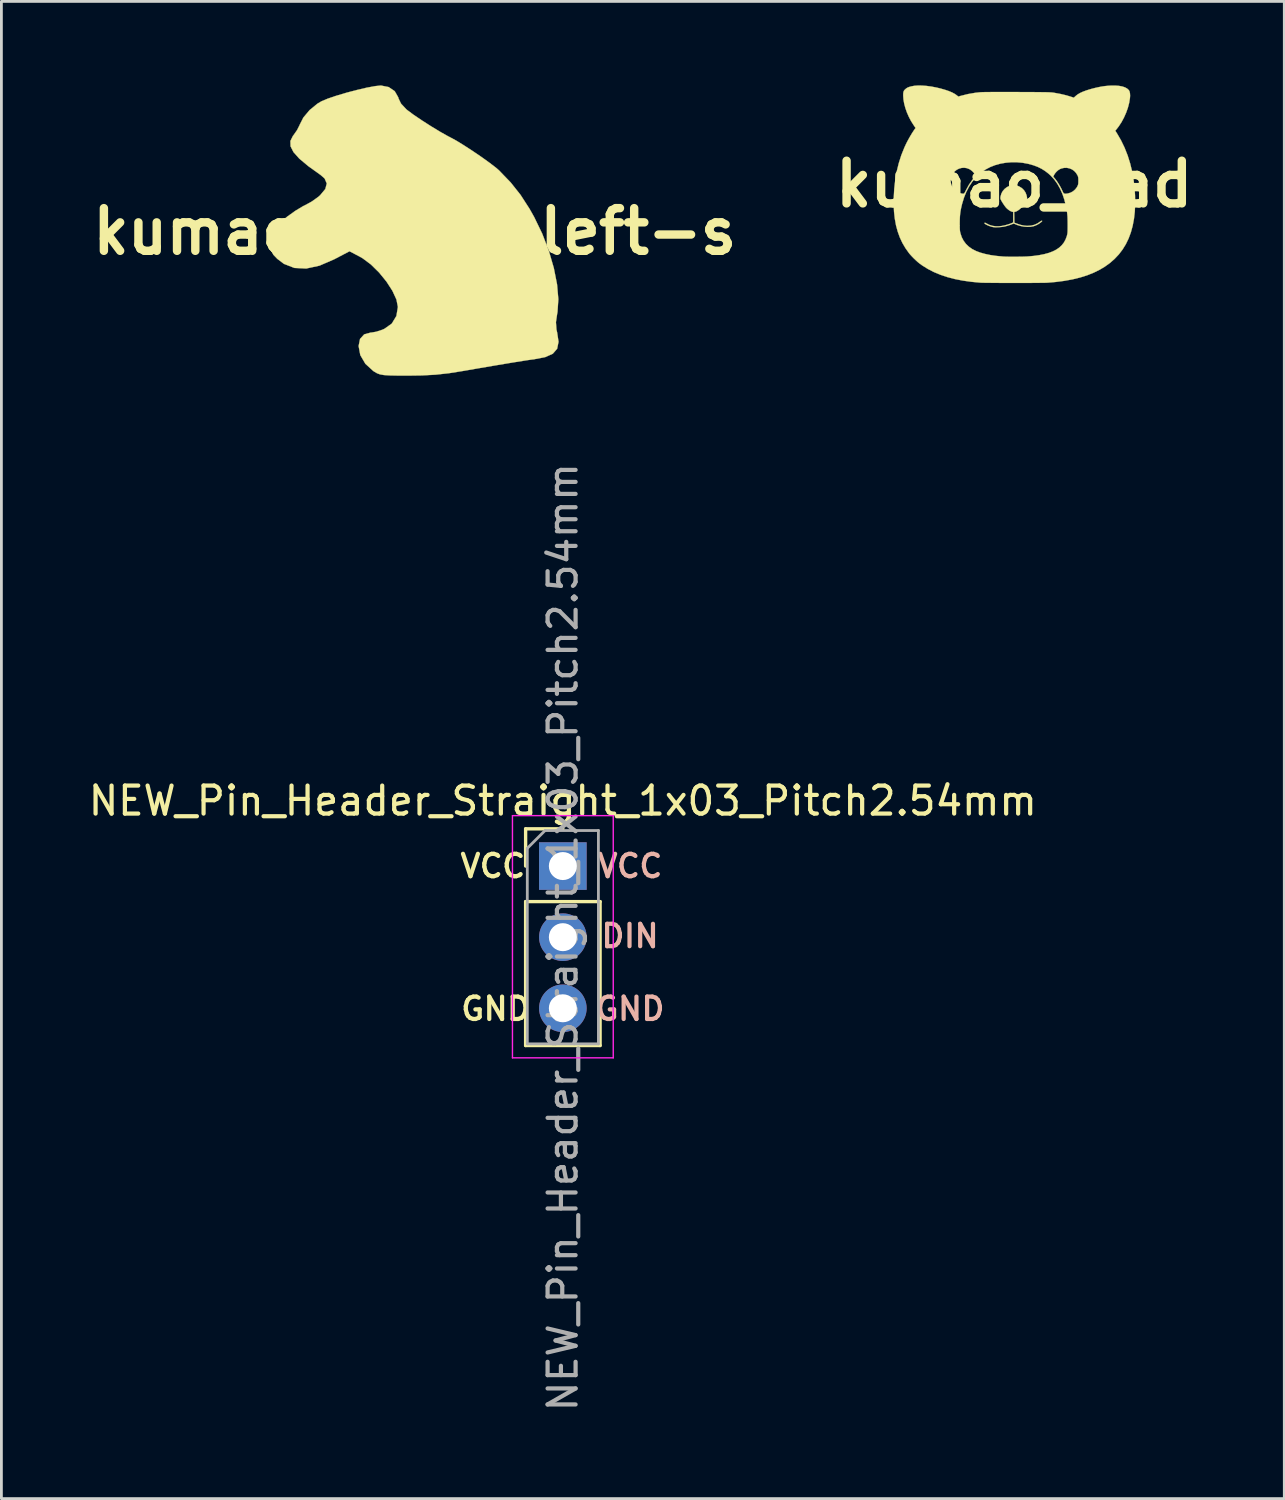
<source format=kicad_pcb>
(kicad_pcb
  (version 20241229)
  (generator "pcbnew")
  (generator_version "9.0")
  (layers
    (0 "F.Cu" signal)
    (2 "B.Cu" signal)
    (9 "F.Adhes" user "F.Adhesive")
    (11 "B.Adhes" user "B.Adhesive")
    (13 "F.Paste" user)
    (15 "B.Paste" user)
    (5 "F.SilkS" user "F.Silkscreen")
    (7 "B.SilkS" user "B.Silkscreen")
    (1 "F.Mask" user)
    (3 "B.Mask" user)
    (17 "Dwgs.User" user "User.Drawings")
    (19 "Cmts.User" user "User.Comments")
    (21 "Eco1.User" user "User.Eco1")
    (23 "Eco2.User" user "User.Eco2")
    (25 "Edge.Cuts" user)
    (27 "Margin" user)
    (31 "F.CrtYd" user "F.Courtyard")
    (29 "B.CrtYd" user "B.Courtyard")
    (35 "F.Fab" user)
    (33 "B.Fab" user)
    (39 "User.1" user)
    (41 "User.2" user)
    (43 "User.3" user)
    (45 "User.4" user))
  (footprint "kumao-icon-left-s"
    (layer "F.Cu")
    (at 11.764 5.219)
    (property "Reference" "kumao-icon-left-s" (at 0 0 0) (layer "F.SilkS") (effects (font (size 1.524 1.524) (thickness 0.3))))
    (attr through_hole)
    (fp_poly (pts (xy -0.931 -5.159) (xy -0.715 -5.012) (xy -0.589 -4.792) (xy -0.58 -4.753) (xy -0.489 -4.566) (xy -0.303 -4.367) (xy -0.266 -4.336) (xy -0.043 -4.17) (xy 0.256 -3.968) (xy 0.589 -3.755) (xy 0.914 -3.558) (xy 1.188 -3.404) (xy 1.27 -3.362) (xy 1.485 -3.245) (xy 1.765 -3.073) (xy 2.08 -2.868) (xy 2.397 -2.652) (xy 2.683 -2.446) (xy 2.908 -2.273) (xy 3.008 -2.186) (xy 3.429 -1.749) (xy 3.78 -1.307) (xy 4.101 -0.809) (xy 4.266 -0.516) (xy 4.554 0.079) (xy 4.79 0.694) (xy 4.968 1.306) (xy 5.083 1.889) (xy 5.129 2.419) (xy 5.099 2.873) (xy 5.086 2.944) (xy 5.043 3.239) (xy 5.061 3.497) (xy 5.087 3.613) (xy 5.136 3.939) (xy 5.086 4.187) (xy 4.93 4.366) (xy 4.661 4.486) (xy 4.362 4.546) (xy 3.994 4.6) (xy 3.506 4.678) (xy 2.895 4.78) (xy 2.157 4.906) (xy 1.745 4.978) (xy 1.218 5.062) (xy 0.745 5.114) (xy 0.261 5.14) (xy -0.228 5.147) (xy -0.619 5.146) (xy -0.901 5.14) (xy -1.1 5.127) (xy -1.239 5.103) (xy -1.345 5.064) (xy -1.442 5.008) (xy -1.482 4.982) (xy -1.765 4.723) (xy -1.945 4.414) (xy -2.005 4.09) (xy -1.954 3.837) (xy -1.806 3.674) (xy -1.569 3.609) (xy -1.539 3.608) (xy -1.375 3.58) (xy -1.162 3.51) (xy -1.084 3.476) (xy -0.82 3.289) (xy -0.656 3.018) (xy -0.602 2.694) (xy -0.654 2.429) (xy -0.797 2.119) (xy -1.01 1.789) (xy -1.273 1.466) (xy -1.564 1.179) (xy -1.864 0.955) (xy -1.964 0.898) (xy -2.33 0.706) (xy -2.881 0.994) (xy -3.404 1.22) (xy -3.877 1.322) (xy -4.3 1.301) (xy -4.672 1.156) (xy -4.91 0.976) (xy -5.051 0.829) (xy -5.121 0.696) (xy -5.144 0.518) (xy -5.145 0.393) (xy -5.115 0.085) (xy -5.028 -0.104) (xy -4.828 -0.306) (xy -4.556 -0.531) (xy -4.261 -0.742) (xy -3.993 -0.903) (xy -3.919 -0.939) (xy -3.675 -1.073) (xy -3.437 -1.244) (xy -3.378 -1.297) (xy -3.195 -1.517) (xy -3.142 -1.715) (xy -3.219 -1.894) (xy -3.365 -2.021) (xy -3.802 -2.334) (xy -4.123 -2.603) (xy -4.332 -2.837) (xy -4.436 -3.044) (xy -4.441 -3.234) (xy -4.352 -3.414) (xy -4.325 -3.448) (xy -4.201 -3.626) (xy -4.115 -3.797) (xy -4.111 -3.81) (xy -3.977 -4.073) (xy -3.754 -4.338) (xy -3.48 -4.563) (xy -3.334 -4.65) (xy -3.111 -4.744) (xy -2.802 -4.849) (xy -2.442 -4.956) (xy -2.067 -5.055) (xy -1.712 -5.138) (xy -1.413 -5.193) (xy -1.208 -5.214) (xy -0.931 -5.159)) (stroke (width 0.01) (type solid)) (fill yes) (layer "F.SilkS")))
  (footprint "NEW_Pin_Header_Straight_1x03_Pitch2.54mm"
    (layer "F.Cu")
    (at 17.054 27.884)
    (property "Reference" "NEW_Pin_Header_Straight_1x03_Pitch2.54mm" (at 0 -2.33 0) (layer "F.SilkS") (effects (font (size 1 1) (thickness 0.15))))
    (attr through_hole)
    (fp_line (start -1.33 -1.33) (end 0 -1.33) (stroke (width 0.12) (type solid)) (layer "F.SilkS"))
    (fp_line (start -1.33 0) (end -1.33 -1.33) (stroke (width 0.12) (type solid)) (layer "F.SilkS"))
    (fp_line (start -1.33 1.27) (end -1.33 6.41) (stroke (width 0.12) (type solid)) (layer "F.SilkS"))
    (fp_line (start -1.33 1.27) (end 1.33 1.27) (stroke (width 0.12) (type solid)) (layer "F.SilkS"))
    (fp_line (start -1.33 6.41) (end 1.33 6.41) (stroke (width 0.12) (type solid)) (layer "F.SilkS"))
    (fp_line (start 1.33 1.27) (end 1.33 6.41) (stroke (width 0.12) (type solid)) (layer "F.SilkS"))
    (fp_line (start -1.8 -1.8) (end -1.8 6.85) (stroke (width 0.05) (type solid)) (layer "F.CrtYd"))
    (fp_line (start -1.8 6.85) (end 1.8 6.85) (stroke (width 0.05) (type solid)) (layer "F.CrtYd"))
    (fp_line (start 1.8 -1.8) (end -1.8 -1.8) (stroke (width 0.05) (type solid)) (layer "F.CrtYd"))
    (fp_line (start 1.8 6.85) (end 1.8 -1.8) (stroke (width 0.05) (type solid)) (layer "F.CrtYd"))
    (fp_line (start -1.27 -0.635) (end -0.635 -1.27) (stroke (width 0.1) (type solid)) (layer "F.Fab"))
    (fp_line (start -1.27 6.35) (end -1.27 -0.635) (stroke (width 0.1) (type solid)) (layer "F.Fab"))
    (fp_line (start -0.635 -1.27) (end 1.27 -1.27) (stroke (width 0.1) (type solid)) (layer "F.Fab"))
    (fp_line (start 1.27 -1.27) (end 1.27 6.35) (stroke (width 0.1) (type solid)) (layer "F.Fab"))
    (fp_line (start 1.27 6.35) (end -1.27 6.35) (stroke (width 0.1) (type solid)) (layer "F.Fab"))
    (fp_text user "VCC" (at -2.5 0 0) (layer "F.SilkS") (effects (font (size 0.8 0.8) (thickness 0.15))))
    (fp_text user "GND" (at -2.4 5.1 0) (layer "F.SilkS") (effects (font (size 0.8 0.8) (thickness 0.15))))
    (fp_text user "GND" (at 2.4 5.1 0) (layer "B.SilkS") (effects (font (size 0.8 0.8) (thickness 0.15))))
    (fp_text user "DIN" (at 2.4 2.5 0) (layer "B.SilkS") (effects (font (size 0.8 0.8) (thickness 0.15))))
    (fp_text user "VCC" (at 2.4 0 0) (layer "B.SilkS") (effects (font (size 0.8 0.8) (thickness 0.15))))
    (fp_text user "${REFERENCE}" (at 0 2.54 90) (layer "F.Fab") (effects (font (size 1 1) (thickness 0.15))))
    (pad "1" thru_hole rect (at 0 0) (size 1.7 1.7) (drill 1) (layers "*.Cu" "*.Mask"))
    (pad "2" thru_hole oval (at 0 2.54) (size 1.7 1.7) (drill 1) (layers "*.Cu" "*.Mask"))
    (pad "3" thru_hole oval (at 0 5.08) (size 1.7 1.7) (drill 1) (layers "*.Cu" "*.Mask")))
  (footprint "kumao_pad"
    (layer "F.Cu")
    (at 33.175 3.525)
    (property "Reference" "kumao_pad" (at 0 0 0) (layer "F.SilkS") (effects (font (size 1.524 1.524) (thickness 0.3))))
    (attr through_hole)
    (fp_poly (pts (xy 0.04 0.052) (xy 0.081 0.054) (xy 0.112 0.059) (xy 0.141 0.069) (xy 0.174 0.083) (xy 0.187 0.09) (xy 0.277 0.146) (xy 0.35 0.219) (xy 0.406 0.305) (xy 0.443 0.404) (xy 0.451 0.441) (xy 0.458 0.482) (xy 0.459 0.511) (xy 0.453 0.536) (xy 0.439 0.566) (xy 0.405 0.626) (xy 0.363 0.694) (xy 0.317 0.762) (xy 0.274 0.82) (xy 0.262 0.834) (xy 0.22 0.877) (xy 0.17 0.918) (xy 0.117 0.954) (xy 0.069 0.979) (xy 0.039 0.988) (xy -0.001 0.996) (xy 0.003 1.188) (xy 0.006 1.38) (xy 0.107 1.417) (xy 0.228 1.457) (xy 0.34 1.481) (xy 0.45 1.492) (xy 0.479 1.492) (xy 0.608 1.483) (xy 0.725 1.454) (xy 0.833 1.405) (xy 0.91 1.352) (xy 0.952 1.322) (xy 0.981 1.31) (xy 0.991 1.31) (xy 0.999 1.317) (xy 0.994 1.33) (xy 0.973 1.35) (xy 0.958 1.363) (xy 0.892 1.412) (xy 0.813 1.457) (xy 0.729 1.493) (xy 0.68 1.508) (xy 0.581 1.525) (xy 0.47 1.528) (xy 0.351 1.519) (xy 0.232 1.497) (xy 0.116 1.463) (xy 0.066 1.443) (xy -0.016 1.409) (xy -0.125 1.45) (xy -0.187 1.472) (xy -0.254 1.492) (xy -0.317 1.509) (xy -0.334 1.514) (xy -0.399 1.525) (xy -0.475 1.534) (xy -0.556 1.54) (xy -0.635 1.542) (xy -0.704 1.541) (xy -0.758 1.535) (xy -0.758 1.535) (xy -0.809 1.523) (xy -0.865 1.505) (xy -0.921 1.484) (xy -0.973 1.461) (xy -1.017 1.438) (xy -1.048 1.417) (xy -1.062 1.4) (xy -1.062 1.398) (xy -1.055 1.382) (xy -1.032 1.384) (xy -0.994 1.403) (xy -0.986 1.408) (xy -0.889 1.457) (xy -0.778 1.491) (xy -0.66 1.508) (xy -0.538 1.508) (xy -0.535 1.507) (xy -0.444 1.496) (xy -0.343 1.476) (xy -0.242 1.449) (xy -0.15 1.419) (xy -0.12 1.407) (xy -0.035 1.372) (xy -0.035 0.995) (xy -0.074 0.988) (xy -0.116 0.973) (xy -0.166 0.945) (xy -0.218 0.908) (xy -0.267 0.866) (xy -0.297 0.834) (xy -0.338 0.781) (xy -0.383 0.716) (xy -0.427 0.647) (xy -0.464 0.584) (xy -0.473 0.566) (xy -0.487 0.535) (xy -0.493 0.509) (xy -0.492 0.477) (xy -0.487 0.444) (xy -0.459 0.343) (xy -0.411 0.253) (xy -0.345 0.175) (xy -0.263 0.112) (xy -0.223 0.09) (xy -0.187 0.073) (xy -0.158 0.062) (xy -0.128 0.056) (xy -0.091 0.053) (xy -0.041 0.052) (xy -0.017 0.052) (xy 0.04 0.052)) (stroke (width 0.01) (type solid)) (fill yes) (layer "F.SilkS"))
    (fp_poly (pts (xy -3.29 -3.518) (xy -3.13 -3.506) (xy -2.959 -3.483) (xy -2.78 -3.449) (xy -2.626 -3.412) (xy -2.469 -3.367) (xy -2.334 -3.321) (xy -2.219 -3.273) (xy -2.124 -3.222) (xy -2.056 -3.175) (xy -1.995 -3.126) (xy -1.912 -3.15) (xy -1.653 -3.215) (xy -1.392 -3.26) (xy -1.218 -3.279) (xy -1.177 -3.282) (xy -1.115 -3.284) (xy -1.033 -3.286) (xy -0.93 -3.287) (xy -0.806 -3.288) (xy -0.66 -3.289) (xy -0.492 -3.289) (xy -0.302 -3.289) (xy -0.089 -3.288) (xy 0.11 -3.288) (xy 0.301 -3.287) (xy 0.471 -3.286) (xy 0.62 -3.286) (xy 0.751 -3.285) (xy 0.865 -3.284) (xy 0.964 -3.283) (xy 1.048 -3.282) (xy 1.12 -3.281) (xy 1.18 -3.28) (xy 1.231 -3.278) (xy 1.274 -3.276) (xy 1.31 -3.274) (xy 1.341 -3.272) (xy 1.368 -3.269) (xy 1.393 -3.266) (xy 1.418 -3.262) (xy 1.438 -3.259) (xy 1.659 -3.218) (xy 1.86 -3.17) (xy 1.994 -3.13) (xy 2.13 -3.086) (xy 2.194 -3.145) (xy 2.263 -3.2) (xy 2.349 -3.251) (xy 2.453 -3.299) (xy 2.577 -3.345) (xy 2.721 -3.39) (xy 2.864 -3.428) (xy 3 -3.459) (xy 3.122 -3.483) (xy 3.237 -3.5) (xy 3.355 -3.511) (xy 3.458 -3.517) (xy 3.608 -3.518) (xy 3.742 -3.508) (xy 3.858 -3.487) (xy 3.955 -3.455) (xy 4.033 -3.413) (xy 4.092 -3.359) (xy 4.1 -3.348) (xy 4.123 -3.301) (xy 4.136 -3.235) (xy 4.14 -3.153) (xy 4.134 -3.068) (xy 4.106 -2.899) (xy 4.06 -2.723) (xy 3.997 -2.547) (xy 3.92 -2.374) (xy 3.831 -2.209) (xy 3.731 -2.057) (xy 3.678 -1.988) (xy 3.611 -1.905) (xy 3.669 -1.816) (xy 3.814 -1.566) (xy 3.942 -1.302) (xy 4.052 -1.024) (xy 4.143 -0.734) (xy 4.216 -0.432) (xy 4.27 -0.118) (xy 4.305 0.207) (xy 4.317 0.409) (xy 4.321 0.703) (xy 4.308 0.982) (xy 4.278 1.245) (xy 4.231 1.493) (xy 4.167 1.726) (xy 4.086 1.944) (xy 3.987 2.148) (xy 3.871 2.337) (xy 3.737 2.512) (xy 3.585 2.673) (xy 3.416 2.821) (xy 3.229 2.955) (xy 3.046 3.063) (xy 2.834 3.167) (xy 2.603 3.259) (xy 2.353 3.337) (xy 2.083 3.403) (xy 1.794 3.456) (xy 1.486 3.496) (xy 1.201 3.521) (xy 1.162 3.523) (xy 1.103 3.525) (xy 1.025 3.526) (xy 0.93 3.527) (xy 0.821 3.528) (xy 0.699 3.529) (xy 0.567 3.53) (xy 0.426 3.53) (xy 0.28 3.531) (xy 0.129 3.531) (xy -0.023 3.531) (xy -0.176 3.531) (xy -0.325 3.53) (xy -0.471 3.53) (xy -0.61 3.529) (xy -0.74 3.528) (xy -0.859 3.527) (xy -0.965 3.526) (xy -1.056 3.525) (xy -1.13 3.523) (xy -1.184 3.522) (xy -1.212 3.52) (xy -1.534 3.49) (xy -1.838 3.447) (xy -2.123 3.391) (xy -2.39 3.321) (xy -2.64 3.237) (xy -2.873 3.14) (xy -3.089 3.028) (xy -3.289 2.903) (xy -3.389 2.83) (xy -3.449 2.781) (xy -3.518 2.718) (xy -3.59 2.649) (xy -3.659 2.578) (xy -3.72 2.511) (xy -3.758 2.465) (xy -3.884 2.288) (xy -3.994 2.101) (xy -4.086 1.904) (xy -4.161 1.695) (xy -4.221 1.474) (xy -4.234 1.403) (xy -1.945 1.403) (xy -1.945 1.489) (xy -1.944 1.557) (xy -1.942 1.609) (xy -1.939 1.652) (xy -1.935 1.688) (xy -1.928 1.723) (xy -1.919 1.76) (xy -1.919 1.761) (xy -1.873 1.899) (xy -1.807 2.025) (xy -1.723 2.137) (xy -1.62 2.236) (xy -1.499 2.321) (xy -1.363 2.391) (xy -1.214 2.447) (xy -1.044 2.494) (xy -0.856 2.534) (xy -0.652 2.564) (xy -0.432 2.585) (xy -0.369 2.59) (xy -0.311 2.592) (xy -0.234 2.594) (xy -0.144 2.595) (xy -0.044 2.595) (xy 0.06 2.595) (xy 0.164 2.594) (xy 0.263 2.593) (xy 0.352 2.591) (xy 0.427 2.588) (xy 0.475 2.586) (xy 0.697 2.566) (xy 0.898 2.538) (xy 1.078 2.502) (xy 1.238 2.458) (xy 1.38 2.404) (xy 1.504 2.341) (xy 1.61 2.268) (xy 1.7 2.184) (xy 1.774 2.09) (xy 1.832 1.985) (xy 1.877 1.868) (xy 1.884 1.841) (xy 1.892 1.811) (xy 1.898 1.781) (xy 1.903 1.75) (xy 1.906 1.712) (xy 1.908 1.665) (xy 1.909 1.604) (xy 1.91 1.527) (xy 1.91 1.455) (xy 1.909 1.339) (xy 1.907 1.243) (xy 1.904 1.161) (xy 1.898 1.09) (xy 1.891 1.026) (xy 1.89 1.016) (xy 1.848 0.779) (xy 1.792 0.558) (xy 1.723 0.352) (xy 1.639 0.163) (xy 1.541 -0.01) (xy 1.431 -0.164) (xy 1.34 -0.264) (xy 1.394 -0.264) (xy 1.429 -0.227) (xy 1.477 -0.17) (xy 1.53 -0.097) (xy 1.584 -0.014) (xy 1.636 0.074) (xy 1.683 0.161) (xy 1.721 0.242) (xy 1.727 0.256) (xy 1.747 0.299) (xy 1.768 0.327) (xy 1.795 0.342) (xy 1.833 0.346) (xy 1.886 0.34) (xy 1.923 0.334) (xy 2.016 0.305) (xy 2.103 0.257) (xy 2.178 0.192) (xy 2.238 0.114) (xy 2.261 0.072) (xy 2.275 0.039) (xy 2.284 0.01) (xy 2.289 -0.023) (xy 2.291 -0.066) (xy 2.292 -0.121) (xy 2.291 -0.18) (xy 2.289 -0.222) (xy 2.283 -0.255) (xy 2.274 -0.284) (xy 2.261 -0.314) (xy 2.208 -0.4) (xy 2.141 -0.471) (xy 2.062 -0.526) (xy 1.973 -0.562) (xy 1.879 -0.581) (xy 1.782 -0.579) (xy 1.685 -0.557) (xy 1.632 -0.534) (xy 1.569 -0.495) (xy 1.508 -0.44) (xy 1.456 -0.378) (xy 1.424 -0.326) (xy 1.394 -0.264) (xy 1.34 -0.264) (xy 1.307 -0.3) (xy 1.225 -0.374) (xy 1.1 -0.47) (xy 0.975 -0.548) (xy 0.844 -0.613) (xy 0.697 -0.669) (xy 0.694 -0.67) (xy 0.5 -0.724) (xy 0.301 -0.761) (xy 0.099 -0.779) (xy -0.101 -0.78) (xy -0.299 -0.763) (xy -0.491 -0.73) (xy -0.676 -0.679) (xy -0.849 -0.612) (xy -1.01 -0.528) (xy -1.067 -0.492) (xy -1.226 -0.372) (xy -1.371 -0.234) (xy -1.5 -0.08) (xy -1.613 0.092) (xy -1.711 0.28) (xy -1.794 0.486) (xy -1.861 0.708) (xy -1.869 0.741) (xy -1.895 0.853) (xy -1.915 0.954) (xy -1.929 1.051) (xy -1.938 1.151) (xy -1.943 1.259) (xy -1.945 1.383) (xy -1.945 1.403) (xy -4.234 1.403) (xy -4.264 1.239) (xy -4.292 0.989) (xy -4.304 0.724) (xy -4.303 0.508) (xy -4.285 0.174) (xy -4.255 -0.097) (xy -2.269 -0.097) (xy -2.253 -0.003) (xy -2.219 0.085) (xy -2.168 0.165) (xy -2.101 0.233) (xy -2.022 0.287) (xy -1.931 0.324) (xy -1.905 0.331) (xy -1.859 0.34) (xy -1.826 0.345) (xy -1.802 0.341) (xy -1.782 0.326) (xy -1.763 0.299) (xy -1.74 0.255) (xy -1.718 0.21) (xy -1.616 0.023) (xy -1.496 -0.149) (xy -1.448 -0.207) (xy -1.375 -0.294) (xy -1.405 -0.349) (xy -1.448 -0.41) (xy -1.505 -0.469) (xy -1.571 -0.517) (xy -1.602 -0.535) (xy -1.694 -0.57) (xy -1.788 -0.584) (xy -1.881 -0.577) (xy -1.97 -0.552) (xy -2.052 -0.511) (xy -2.125 -0.453) (xy -2.186 -0.382) (xy -2.233 -0.297) (xy -2.262 -0.202) (xy -2.263 -0.194) (xy -2.269 -0.097) (xy -4.255 -0.097) (xy -4.249 -0.146) (xy -4.195 -0.453) (xy -4.122 -0.749) (xy -4.031 -1.035) (xy -3.92 -1.31) (xy -3.861 -1.437) (xy -3.814 -1.53) (xy -3.76 -1.629) (xy -3.703 -1.729) (xy -3.646 -1.823) (xy -3.593 -1.904) (xy -3.573 -1.934) (xy -3.523 -2.004) (xy -3.597 -2.113) (xy -3.686 -2.255) (xy -3.765 -2.406) (xy -3.833 -2.562) (xy -3.888 -2.72) (xy -3.929 -2.874) (xy -3.955 -3.022) (xy -3.965 -3.158) (xy -3.964 -3.226) (xy -3.958 -3.277) (xy -3.947 -3.316) (xy -3.929 -3.348) (xy -3.9 -3.379) (xy -3.885 -3.392) (xy -3.846 -3.424) (xy -3.805 -3.448) (xy -3.756 -3.467) (xy -3.691 -3.486) (xy -3.685 -3.488) (xy -3.57 -3.51) (xy -3.438 -3.52) (xy -3.29 -3.518)) (stroke (width 0.01) (type solid)) (fill yes) (layer "F.SilkS")))
  (gr_rect
    (start -3 -3)
    (end 42.823 50.478)
    (stroke (width 0.1) (type default))
    (fill no)
    (layer "Edge.Cuts")))
</source>
